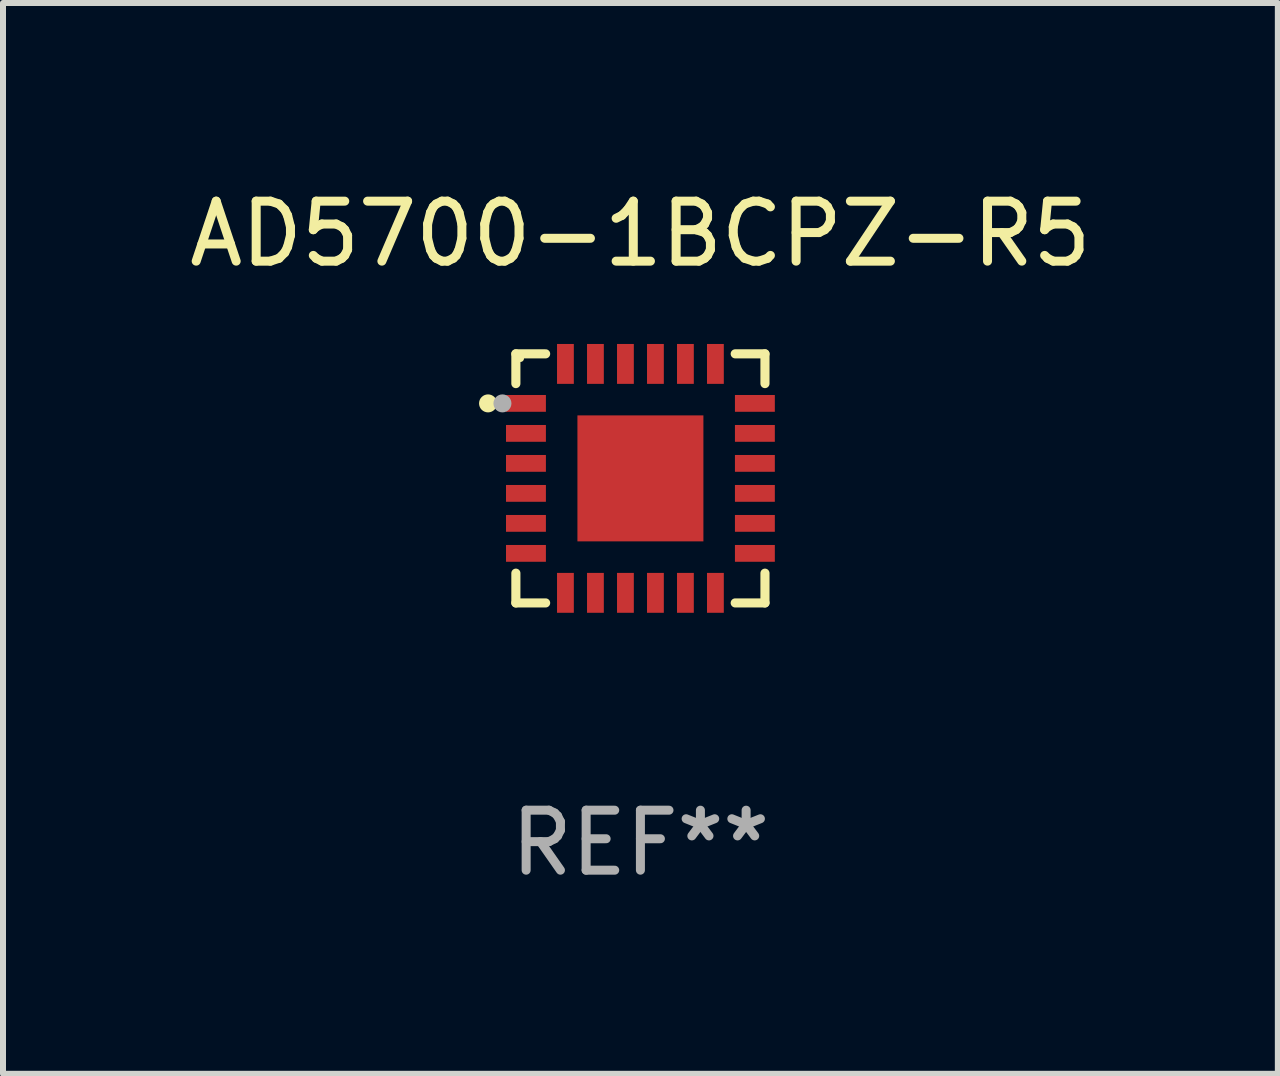
<source format=kicad_pcb>
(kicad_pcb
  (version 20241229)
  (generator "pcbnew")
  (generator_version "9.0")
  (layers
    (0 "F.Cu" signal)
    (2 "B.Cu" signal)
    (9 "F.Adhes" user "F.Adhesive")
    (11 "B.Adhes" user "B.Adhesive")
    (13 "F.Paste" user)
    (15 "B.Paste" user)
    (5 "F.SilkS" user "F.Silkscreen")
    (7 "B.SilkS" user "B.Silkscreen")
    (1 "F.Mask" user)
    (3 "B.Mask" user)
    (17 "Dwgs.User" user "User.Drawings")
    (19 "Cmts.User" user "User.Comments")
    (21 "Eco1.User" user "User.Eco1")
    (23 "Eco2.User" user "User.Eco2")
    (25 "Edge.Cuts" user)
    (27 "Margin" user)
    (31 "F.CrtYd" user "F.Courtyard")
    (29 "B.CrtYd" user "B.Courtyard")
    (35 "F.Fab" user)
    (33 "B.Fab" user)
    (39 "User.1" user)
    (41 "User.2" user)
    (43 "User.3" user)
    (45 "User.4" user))
  (footprint "AD5700-1BCPZ-R5"
    (layer "F.Cu")
    (at 7.625 4.924)
    (property "Reference" "AD5700-1BCPZ-R5" (at 0 -4.076 0) (layer "F.SilkS") (effects (font (size 1 1) (thickness 0.15))))
    (attr through_hole)
    (fp_line (start -2.076 -2.076) (end -2.076 -1.58) (stroke (width 0.152) (type solid)) (layer "F.SilkS"))
    (fp_line (start -2.076 2.076) (end -2.076 1.58) (stroke (width 0.152) (type solid)) (layer "F.SilkS"))
    (fp_line (start -1.58 -2.076) (end -2.076 -2.076) (stroke (width 0.152) (type solid)) (layer "F.SilkS"))
    (fp_line (start -1.58 2.076) (end -2.076 2.076) (stroke (width 0.152) (type solid)) (layer "F.SilkS"))
    (fp_line (start 1.58 -2.076) (end 2.076 -2.076) (stroke (width 0.152) (type solid)) (layer "F.SilkS"))
    (fp_line (start 1.58 2.076) (end 2.076 2.076) (stroke (width 0.152) (type solid)) (layer "F.SilkS"))
    (fp_line (start 2.076 -2.076) (end 2.076 -1.58) (stroke (width 0.152) (type solid)) (layer "F.SilkS"))
    (fp_line (start 2.076 2.076) (end 2.076 1.58) (stroke (width 0.152) (type solid)) (layer "F.SilkS"))
    (fp_circle (center -2.54 -1.25) (end -2.465 -1.25) (stroke (width 0.15) (type solid)) (fill no) (layer "F.SilkS"))
    (fp_circle (center -2 -2) (end -1.97 -2) (stroke (width 0.06) (type solid)) (fill no) (layer "F.SilkS"))
    (fp_circle (center -2.3 -1.25) (end -2.225 -1.25) (stroke (width 0.15) (type solid)) (fill no) (layer "F.Fab"))
    (fp_text user "REF**" (at 0 6.076 0) (layer "F.Fab") (effects (font (size 1 1) (thickness 0.15))))
    (pad "1" smd rect (at -1.908 -1.25) (size 0.665 0.28) (layers "F.Cu" "F.Mask" "F.Paste"))
    (pad "2" smd rect (at -1.908 -0.75) (size 0.665 0.28) (layers "F.Cu" "F.Mask" "F.Paste"))
    (pad "3" smd rect (at -1.908 -0.25) (size 0.665 0.28) (layers "F.Cu" "F.Mask" "F.Paste"))
    (pad "4" smd rect (at -1.908 0.25) (size 0.665 0.28) (layers "F.Cu" "F.Mask" "F.Paste"))
    (pad "5" smd rect (at -1.908 0.75) (size 0.665 0.28) (layers "F.Cu" "F.Mask" "F.Paste"))
    (pad "6" smd rect (at -1.908 1.25) (size 0.665 0.28) (layers "F.Cu" "F.Mask" "F.Paste"))
    (pad "7" smd rect (at -1.25 1.908) (size 0.28 0.665) (layers "F.Cu" "F.Mask" "F.Paste"))
    (pad "8" smd rect (at -0.75 1.908) (size 0.28 0.665) (layers "F.Cu" "F.Mask" "F.Paste"))
    (pad "9" smd rect (at -0.25 1.908) (size 0.28 0.665) (layers "F.Cu" "F.Mask" "F.Paste"))
    (pad "10" smd rect (at 0.25 1.908) (size 0.28 0.665) (layers "F.Cu" "F.Mask" "F.Paste"))
    (pad "11" smd rect (at 0.75 1.908) (size 0.28 0.665) (layers "F.Cu" "F.Mask" "F.Paste"))
    (pad "12" smd rect (at 1.25 1.908) (size 0.28 0.665) (layers "F.Cu" "F.Mask" "F.Paste"))
    (pad "13" smd rect (at 1.908 1.25) (size 0.665 0.28) (layers "F.Cu" "F.Mask" "F.Paste"))
    (pad "14" smd rect (at 1.908 0.75) (size 0.665 0.28) (layers "F.Cu" "F.Mask" "F.Paste"))
    (pad "15" smd rect (at 1.908 0.25) (size 0.665 0.28) (layers "F.Cu" "F.Mask" "F.Paste"))
    (pad "16" smd rect (at 1.908 -0.25) (size 0.665 0.28) (layers "F.Cu" "F.Mask" "F.Paste"))
    (pad "17" smd rect (at 1.908 -0.75) (size 0.665 0.28) (layers "F.Cu" "F.Mask" "F.Paste"))
    (pad "18" smd rect (at 1.908 -1.25) (size 0.665 0.28) (layers "F.Cu" "F.Mask" "F.Paste"))
    (pad "19" smd rect (at 1.25 -1.908) (size 0.28 0.665) (layers "F.Cu" "F.Mask" "F.Paste"))
    (pad "20" smd rect (at 0.75 -1.908) (size 0.28 0.665) (layers "F.Cu" "F.Mask" "F.Paste"))
    (pad "21" smd rect (at 0.25 -1.908) (size 0.28 0.665) (layers "F.Cu" "F.Mask" "F.Paste"))
    (pad "22" smd rect (at -0.25 -1.908) (size 0.28 0.665) (layers "F.Cu" "F.Mask" "F.Paste"))
    (pad "23" smd rect (at -0.75 -1.908) (size 0.28 0.665) (layers "F.Cu" "F.Mask" "F.Paste"))
    (pad "24" smd rect (at -1.25 -1.908) (size 0.28 0.665) (layers "F.Cu" "F.Mask" "F.Paste"))
    (pad "25" smd rect (at 0 0) (size 2.1 2.1) (layers "F.Cu" "F.Mask" "F.Paste")))
  (gr_rect
    (start -3 -3)
    (end 18.25 14.849)
    (stroke (width 0.1) (type default))
    (fill no)
    (layer "Edge.Cuts")))
</source>
